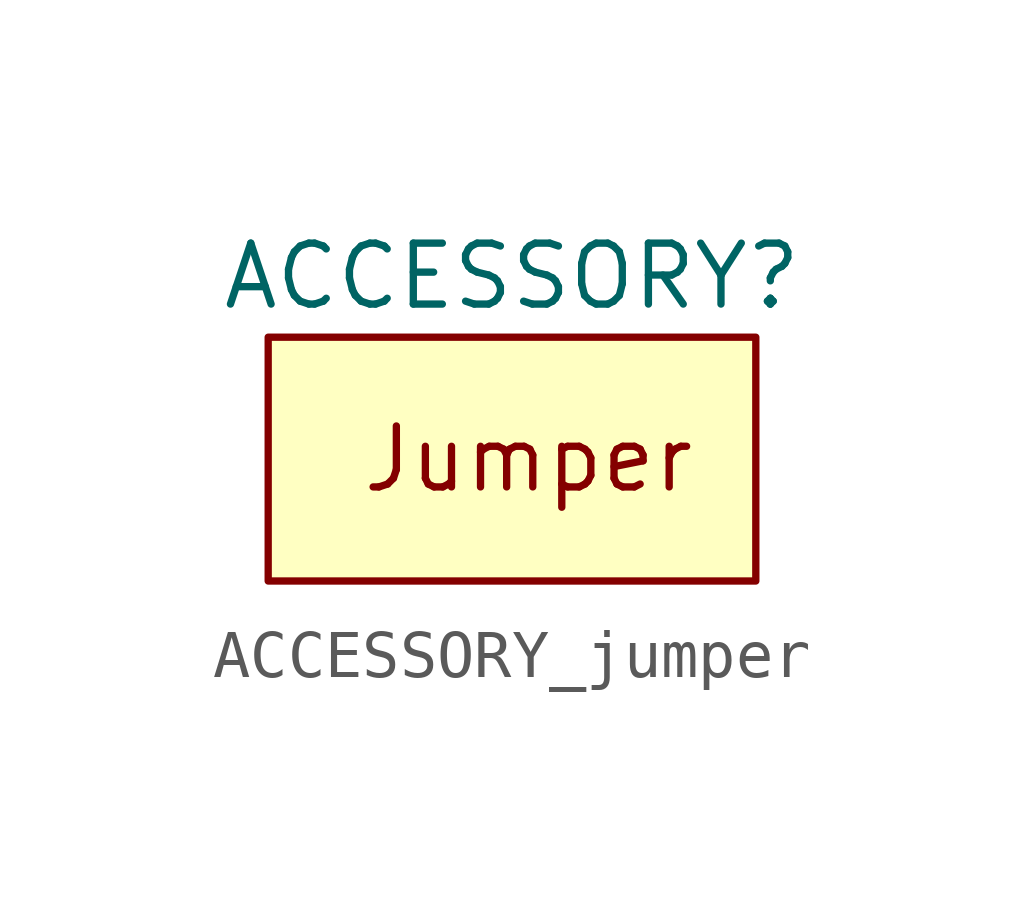
<source format=kicad_sym>
(kicad_symbol_lib
  (version 20211014)
  (generator kicad_symbol_editor)
  (symbol "ACCESSORY_jumper"
    (property "Reference" "ACCESSORY"
      (at 0 3.81 0)
      (effects (font (size 1.27 1.27))))
    (symbol "ACCESSORY_jumper_0_0"
      (text "Jumper" (at -3.175 0 0) (effects (font (size 1.27 1.27)) (justify left))))
    (symbol "ACCESSORY_jumper_0_1"
      (rectangle (start -5.08 2.54) (end 5.08 -2.54) (stroke (width 0) (type default) (color 0 0 0 0)) (fill (type background))))))
</source>
